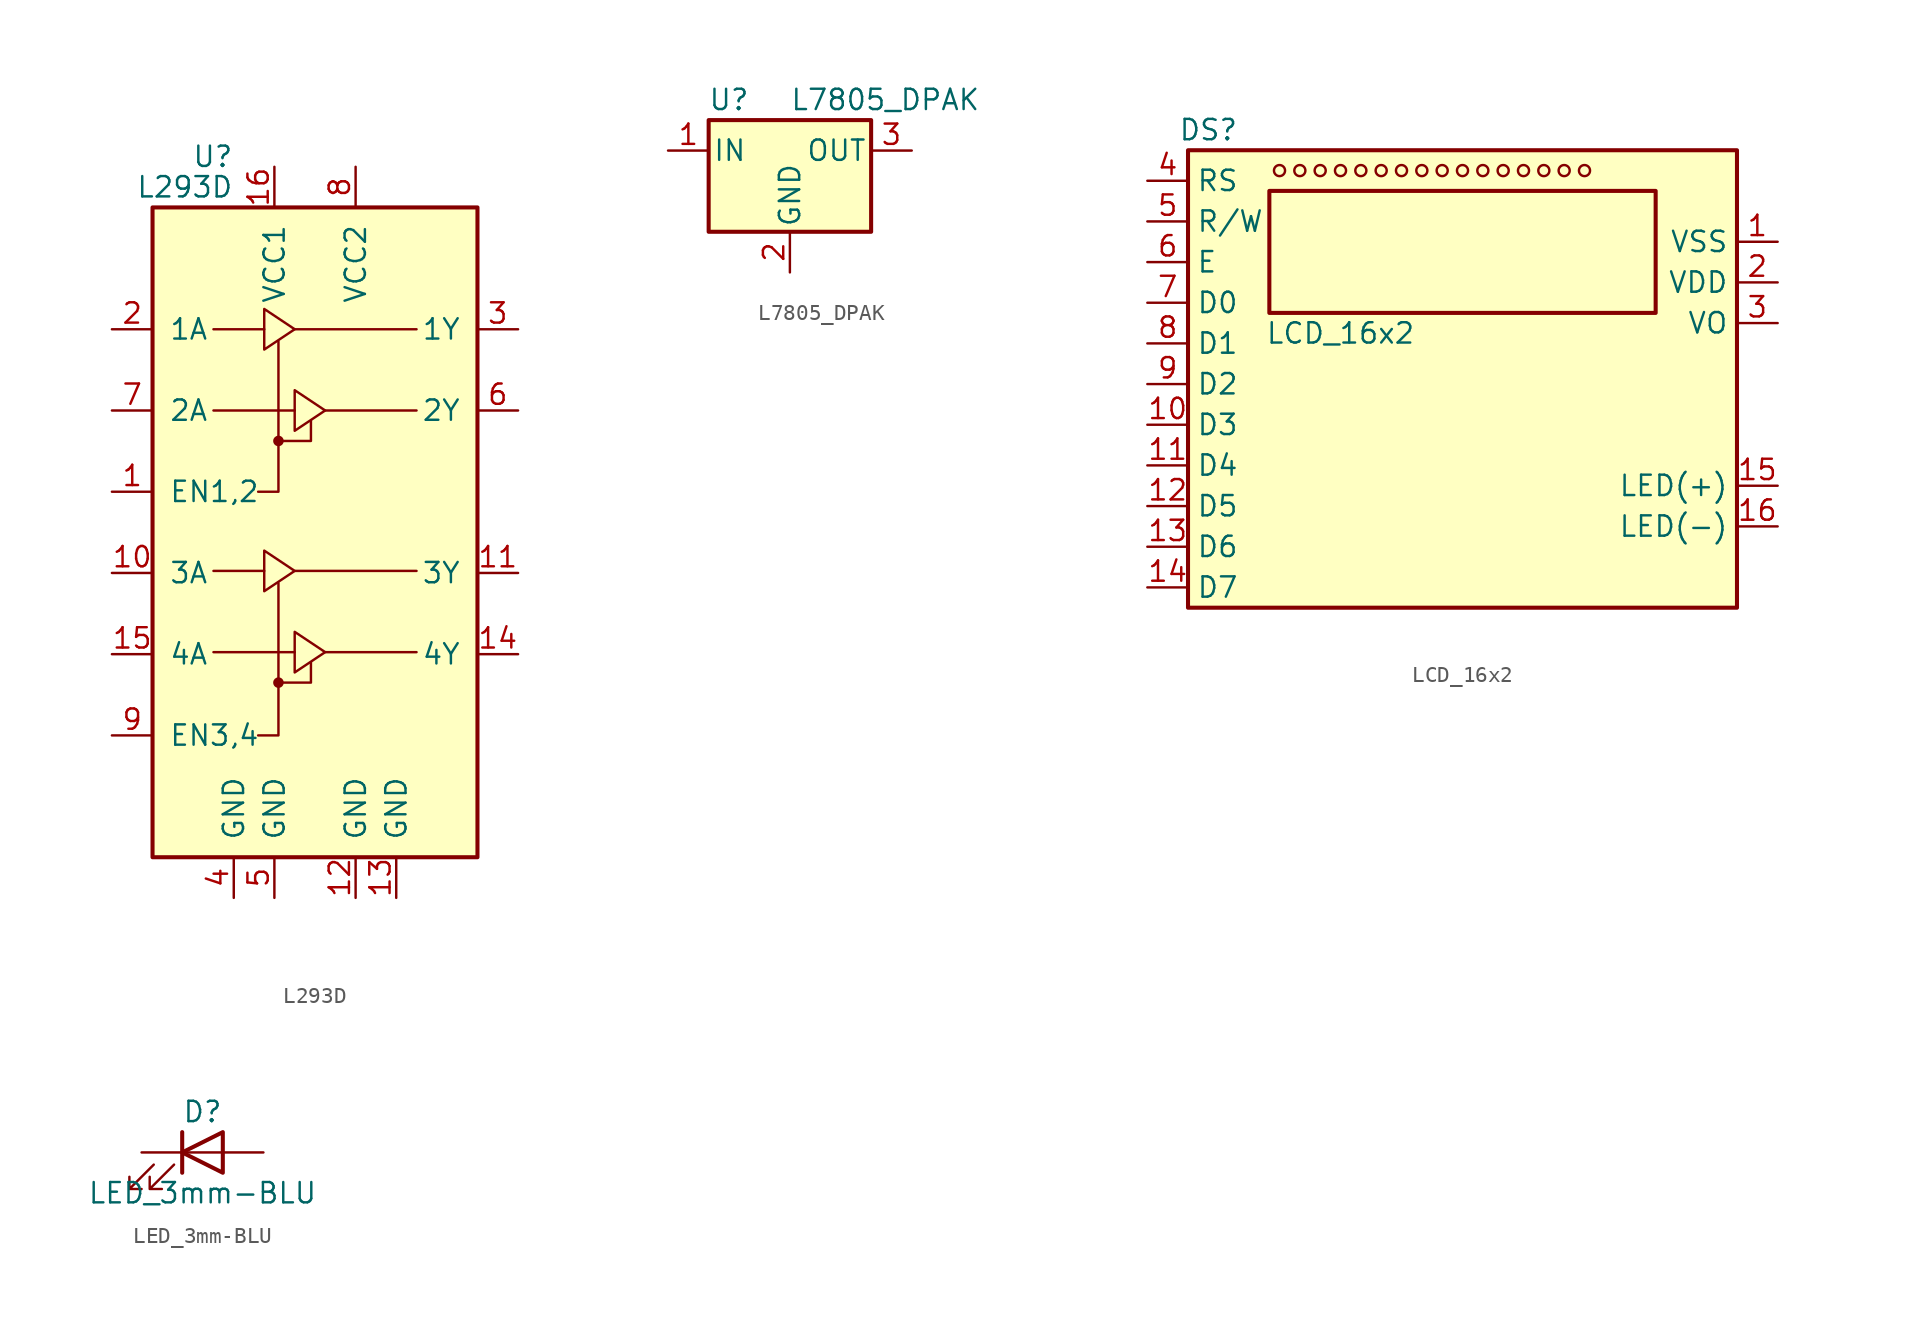
<source format=kicad_sym>
(kicad_symbol_lib
  (version 20211014)
  (generator kicad_symbol_editor)
  (symbol "L293D"
    (pin_names
      (offset 1.016))
    (property "Reference" "U"
      (at -5.08 26.035 0)
      (effects (font (size 1.27 1.27)) (justify right)))
    (property "Value" "L293D"
      (at -5.08 24.13 0)
      (effects (font (size 1.27 1.27)) (justify right)))
    (symbol "L293D_0_1"
      (rectangle (start -10.16 22.86) (end 10.16 -17.78) (stroke (width 0.254) (type default) (color 0 0 0 0)) (fill (type background)))
      (circle (center -2.286 -6.858) (radius 0.254) (stroke (width 0) (type default) (color 0 0 0 0)) (fill (type outline)))
      (circle (center -2.286 8.255) (radius 0.254) (stroke (width 0) (type default) (color 0 0 0 0)) (fill (type outline)))
      (polyline (pts (xy -6.35 -4.953) (xy -1.27 -4.953)) (stroke (width 0) (type default) (color 0 0 0 0)) (fill (type none)))
      (polyline (pts (xy -6.35 0.127) (xy -3.175 0.127)) (stroke (width 0) (type default) (color 0 0 0 0)) (fill (type none)))
      (polyline (pts (xy -6.35 10.16) (xy -1.27 10.16)) (stroke (width 0) (type default) (color 0 0 0 0)) (fill (type none)))
      (polyline (pts (xy -6.35 15.24) (xy -3.175 15.24)) (stroke (width 0) (type default) (color 0 0 0 0)) (fill (type none)))
      (polyline (pts (xy -1.27 0.127) (xy 6.35 0.127)) (stroke (width 0) (type default) (color 0 0 0 0)) (fill (type none)))
      (polyline (pts (xy -1.27 15.24) (xy 6.35 15.24)) (stroke (width 0) (type default) (color 0 0 0 0)) (fill (type none)))
      (polyline (pts (xy 0.635 -4.953) (xy 6.35 -4.953)) (stroke (width 0) (type default) (color 0 0 0 0)) (fill (type none)))
      (polyline (pts (xy 0.635 10.16) (xy 6.35 10.16)) (stroke (width 0) (type default) (color 0 0 0 0)) (fill (type none)))
      (polyline (pts (xy -2.286 -6.858) (xy -0.254 -6.858) (xy -0.254 -5.588)) (stroke (width 0) (type default) (color 0 0 0 0)) (fill (type none)))
      (polyline (pts (xy -2.286 -0.635) (xy -2.286 -10.16) (xy -3.556 -10.16)) (stroke (width 0) (type default) (color 0 0 0 0)) (fill (type none)))
      (polyline (pts (xy -2.286 8.255) (xy -0.254 8.255) (xy -0.254 9.525)) (stroke (width 0) (type default) (color 0 0 0 0)) (fill (type none)))
      (polyline (pts (xy -2.286 14.478) (xy -2.286 5.08) (xy -3.556 5.08)) (stroke (width 0) (type default) (color 0 0 0 0)) (fill (type none)))
      (polyline (pts (xy -3.175 1.397) (xy -3.175 -1.143) (xy -1.27 0.127) (xy -3.175 1.397)) (stroke (width 0) (type default) (color 0 0 0 0)) (fill (type none)))
      (polyline (pts (xy -3.175 16.51) (xy -3.175 13.97) (xy -1.27 15.24) (xy -3.175 16.51)) (stroke (width 0) (type default) (color 0 0 0 0)) (fill (type none)))
      (polyline (pts (xy -1.27 -3.683) (xy -1.27 -6.223) (xy 0.635 -4.953) (xy -1.27 -3.683)) (stroke (width 0) (type default) (color 0 0 0 0)) (fill (type none)))
      (polyline (pts (xy -1.27 11.43) (xy -1.27 8.89) (xy 0.635 10.16) (xy -1.27 11.43)) (stroke (width 0) (type default) (color 0 0 0 0)) (fill (type none))))
    (symbol "L293D_1_1"
      (pin input line (at -12.7 5.08 0) (length 2.54) (name "EN1,2" (effects (font (size 1.27 1.27)))) (number "1" (effects (font (size 1.27 1.27)))))
      (pin input line (at -12.7 0 0) (length 2.54) (name "3A" (effects (font (size 1.27 1.27)))) (number "10" (effects (font (size 1.27 1.27)))))
      (pin output line (at 12.7 0 180) (length 2.54) (name "3Y" (effects (font (size 1.27 1.27)))) (number "11" (effects (font (size 1.27 1.27)))))
      (pin power_in line (at 2.54 -20.32 90) (length 2.54) (name "GND" (effects (font (size 1.27 1.27)))) (number "12" (effects (font (size 1.27 1.27)))))
      (pin power_in line (at 5.08 -20.32 90) (length 2.54) (name "GND" (effects (font (size 1.27 1.27)))) (number "13" (effects (font (size 1.27 1.27)))))
      (pin output line (at 12.7 -5.08 180) (length 2.54) (name "4Y" (effects (font (size 1.27 1.27)))) (number "14" (effects (font (size 1.27 1.27)))))
      (pin input line (at -12.7 -5.08 0) (length 2.54) (name "4A" (effects (font (size 1.27 1.27)))) (number "15" (effects (font (size 1.27 1.27)))))
      (pin power_in line (at -2.54 25.4 270) (length 2.54) (name "VCC1" (effects (font (size 1.27 1.27)))) (number "16" (effects (font (size 1.27 1.27)))))
      (pin input line (at -12.7 15.24 0) (length 2.54) (name "1A" (effects (font (size 1.27 1.27)))) (number "2" (effects (font (size 1.27 1.27)))))
      (pin output line (at 12.7 15.24 180) (length 2.54) (name "1Y" (effects (font (size 1.27 1.27)))) (number "3" (effects (font (size 1.27 1.27)))))
      (pin power_in line (at -5.08 -20.32 90) (length 2.54) (name "GND" (effects (font (size 1.27 1.27)))) (number "4" (effects (font (size 1.27 1.27)))))
      (pin power_in line (at -2.54 -20.32 90) (length 2.54) (name "GND" (effects (font (size 1.27 1.27)))) (number "5" (effects (font (size 1.27 1.27)))))
      (pin output line (at 12.7 10.16 180) (length 2.54) (name "2Y" (effects (font (size 1.27 1.27)))) (number "6" (effects (font (size 1.27 1.27)))))
      (pin input line (at -12.7 10.16 0) (length 2.54) (name "2A" (effects (font (size 1.27 1.27)))) (number "7" (effects (font (size 1.27 1.27)))))
      (pin power_in line (at 2.54 25.4 270) (length 2.54) (name "VCC2" (effects (font (size 1.27 1.27)))) (number "8" (effects (font (size 1.27 1.27)))))
      (pin input line (at -12.7 -10.16 0) (length 2.54) (name "EN3,4" (effects (font (size 1.27 1.27)))) (number "9" (effects (font (size 1.27 1.27)))))))
  (symbol "L7805_DPAK"
    (pin_names
      (offset 0.254))
    (property "Reference" "U"
      (at -3.81 3.175 0)
      (effects (font (size 1.27 1.27))))
    (property "Value" "L7805_DPAK"
      (at 0 3.175 0)
      (effects (font (size 1.27 1.27)) (justify left)))
    (symbol "L7805_DPAK_0_1"
      (rectangle (start -5.08 1.905) (end 5.08 -5.08) (stroke (width 0.254) (type default) (color 0 0 0 0)) (fill (type background))))
    (symbol "L7805_DPAK_1_1"
      (pin power_in line (at -7.62 0 0) (length 2.54) (name "IN" (effects (font (size 1.27 1.27)))) (number "1" (effects (font (size 1.27 1.27)))))
      (pin power_in line (at 0 -7.62 90) (length 2.54) (name "GND" (effects (font (size 1.27 1.27)))) (number "2" (effects (font (size 1.27 1.27)))))
      (pin power_out line (at 7.62 0 180) (length 2.54) (name "OUT" (effects (font (size 1.27 1.27)))) (number "3" (effects (font (size 1.27 1.27)))))))
  (symbol "LCD_16x2"
    (property "Reference" "DS"
      (at -15.875 13.335 0)
      (effects (font (size 1.27 1.27))))
    (property "Value" "LCD_16x2"
      (at -7.62 0.635 0)
      (effects (font (size 1.27 1.27))))
    (symbol "LCD_16x2_0_1"
      (circle (center -11.43 10.795) (radius 0.346) (stroke (width 0) (type default) (color 0 0 0 0)) (fill (type none)))
      (circle (center -10.16 10.795) (radius 0.346) (stroke (width 0) (type default) (color 0 0 0 0)) (fill (type none)))
      (circle (center -8.89 10.795) (radius 0.346) (stroke (width 0) (type default) (color 0 0 0 0)) (fill (type none)))
      (circle (center -7.62 10.795) (radius 0.346) (stroke (width 0) (type default) (color 0 0 0 0)) (fill (type none)))
      (circle (center -6.35 10.795) (radius 0.346) (stroke (width 0) (type default) (color 0 0 0 0)) (fill (type none)))
      (circle (center -5.08 10.795) (radius 0.346) (stroke (width 0) (type default) (color 0 0 0 0)) (fill (type none)))
      (circle (center -3.81 10.795) (radius 0.346) (stroke (width 0) (type default) (color 0 0 0 0)) (fill (type none)))
      (circle (center -2.54 10.795) (radius 0.346) (stroke (width 0) (type default) (color 0 0 0 0)) (fill (type none)))
      (circle (center -1.27 10.795) (radius 0.346) (stroke (width 0) (type default) (color 0 0 0 0)) (fill (type none)))
      (circle (center 0 10.795) (radius 0.346) (stroke (width 0) (type default) (color 0 0 0 0)) (fill (type none)))
      (circle (center 1.27 10.795) (radius 0.346) (stroke (width 0) (type default) (color 0 0 0 0)) (fill (type none)))
      (circle (center 2.54 10.795) (radius 0.346) (stroke (width 0) (type default) (color 0 0 0 0)) (fill (type none)))
      (circle (center 3.81 10.795) (radius 0.346) (stroke (width 0) (type default) (color 0 0 0 0)) (fill (type none)))
      (circle (center 5.08 10.795) (radius 0.346) (stroke (width 0) (type default) (color 0 0 0 0)) (fill (type none)))
      (circle (center 6.35 10.795) (radius 0.346) (stroke (width 0) (type default) (color 0 0 0 0)) (fill (type none)))
      (circle (center 7.62 10.795) (radius 0.346) (stroke (width 0) (type default) (color 0 0 0 0)) (fill (type none))))
    (symbol "LCD_16x2_1_1"
      (rectangle (start -17.145 12.065) (end 17.145 -16.51) (stroke (width 0.254) (type default) (color 0 0 0 0)) (fill (type background)))
      (rectangle (start -12.065 9.525) (end 12.065 1.905) (stroke (width 0.254) (type default) (color 0 0 0 0)) (fill (type background)))
      (pin power_in line (at 19.685 6.35 180) (length 2.54) (name "VSS" (effects (font (size 1.27 1.27)))) (number "1" (effects (font (size 1.27 1.27)))))
      (pin input line (at -19.685 -5.08 0) (length 2.54) (name "D3" (effects (font (size 1.27 1.27)))) (number "10" (effects (font (size 1.27 1.27)))))
      (pin input line (at -19.685 -7.62 0) (length 2.54) (name "D4" (effects (font (size 1.27 1.27)))) (number "11" (effects (font (size 1.27 1.27)))))
      (pin input line (at -19.685 -10.16 0) (length 2.54) (name "D5" (effects (font (size 1.27 1.27)))) (number "12" (effects (font (size 1.27 1.27)))))
      (pin input line (at -19.685 -12.7 0) (length 2.54) (name "D6" (effects (font (size 1.27 1.27)))) (number "13" (effects (font (size 1.27 1.27)))))
      (pin input line (at -19.685 -15.24 0) (length 2.54) (name "D7" (effects (font (size 1.27 1.27)))) (number "14" (effects (font (size 1.27 1.27)))))
      (pin power_in line (at 19.685 -8.89 180) (length 2.54) (name "LED(+)" (effects (font (size 1.27 1.27)))) (number "15" (effects (font (size 1.27 1.27)))))
      (pin power_in line (at 19.685 -11.43 180) (length 2.54) (name "LED(-)" (effects (font (size 1.27 1.27)))) (number "16" (effects (font (size 1.27 1.27)))))
      (pin power_in line (at 19.685 3.81 180) (length 2.54) (name "VDD" (effects (font (size 1.27 1.27)))) (number "2" (effects (font (size 1.27 1.27)))))
      (pin input line (at 19.685 1.27 180) (length 2.54) (name "VO" (effects (font (size 1.27 1.27)))) (number "3" (effects (font (size 1.27 1.27)))))
      (pin input line (at -19.685 10.16 0) (length 2.54) (name "RS" (effects (font (size 1.27 1.27)))) (number "4" (effects (font (size 1.27 1.27)))))
      (pin input line (at -19.685 7.62 0) (length 2.54) (name "R/W" (effects (font (size 1.27 1.27)))) (number "5" (effects (font (size 1.27 1.27)))))
      (pin input line (at -19.685 5.08 0) (length 2.54) (name "E" (effects (font (size 1.27 1.27)))) (number "6" (effects (font (size 1.27 1.27)))))
      (pin input line (at -19.685 2.54 0) (length 2.54) (name "D0" (effects (font (size 1.27 1.27)))) (number "7" (effects (font (size 1.27 1.27)))))
      (pin input line (at -19.685 0 0) (length 2.54) (name "D1" (effects (font (size 1.27 1.27)))) (number "8" (effects (font (size 1.27 1.27)))))
      (pin input line (at -19.685 -2.54 0) (length 2.54) (name "D2" (effects (font (size 1.27 1.27)))) (number "9" (effects (font (size 1.27 1.27)))))))
  (symbol "LED_3mm-BLU"
    (pin_numbers hide)
    (pin_names
      (offset 1.016) hide)
    (property "Reference" "D"
      (at 0 2.54 0)
      (effects (font (size 1.27 1.27))))
    (property "Value" "LED_3mm-BLU"
      (at 0 -2.54 0)
      (effects (font (size 1.27 1.27))))
    (symbol "LED_3mm-BLU_0_1"
      (polyline (pts (xy -1.27 -1.27) (xy -1.27 1.27)) (stroke (width 0.254) (type default) (color 0 0 0 0)) (fill (type none)))
      (polyline (pts (xy -1.27 0) (xy 1.27 0)) (stroke (width 0) (type default) (color 0 0 0 0)) (fill (type none)))
      (polyline (pts (xy 1.27 -1.27) (xy 1.27 1.27) (xy -1.27 0) (xy 1.27 -1.27)) (stroke (width 0.254) (type default) (color 0 0 0 0)) (fill (type none)))
      (polyline (pts (xy -3.048 -0.762) (xy -4.572 -2.286) (xy -3.81 -2.286) (xy -4.572 -2.286) (xy -4.572 -1.524)) (stroke (width 0) (type default) (color 0 0 0 0)) (fill (type none)))
      (polyline (pts (xy -1.778 -0.762) (xy -3.302 -2.286) (xy -2.54 -2.286) (xy -3.302 -2.286) (xy -3.302 -1.524)) (stroke (width 0) (type default) (color 0 0 0 0)) (fill (type none))))
    (symbol "LED_3mm-BLU_1_1"
      (pin passive line (at -3.81 0 0) (length 2.54) (name "K" (effects (font (size 1.27 1.27)))) (number "1" (effects (font (size 1.27 1.27)))))
      (pin passive line (at 3.81 0 180) (length 2.54) (name "A" (effects (font (size 1.27 1.27)))) (number "2" (effects (font (size 1.27 1.27))))))))
</source>
